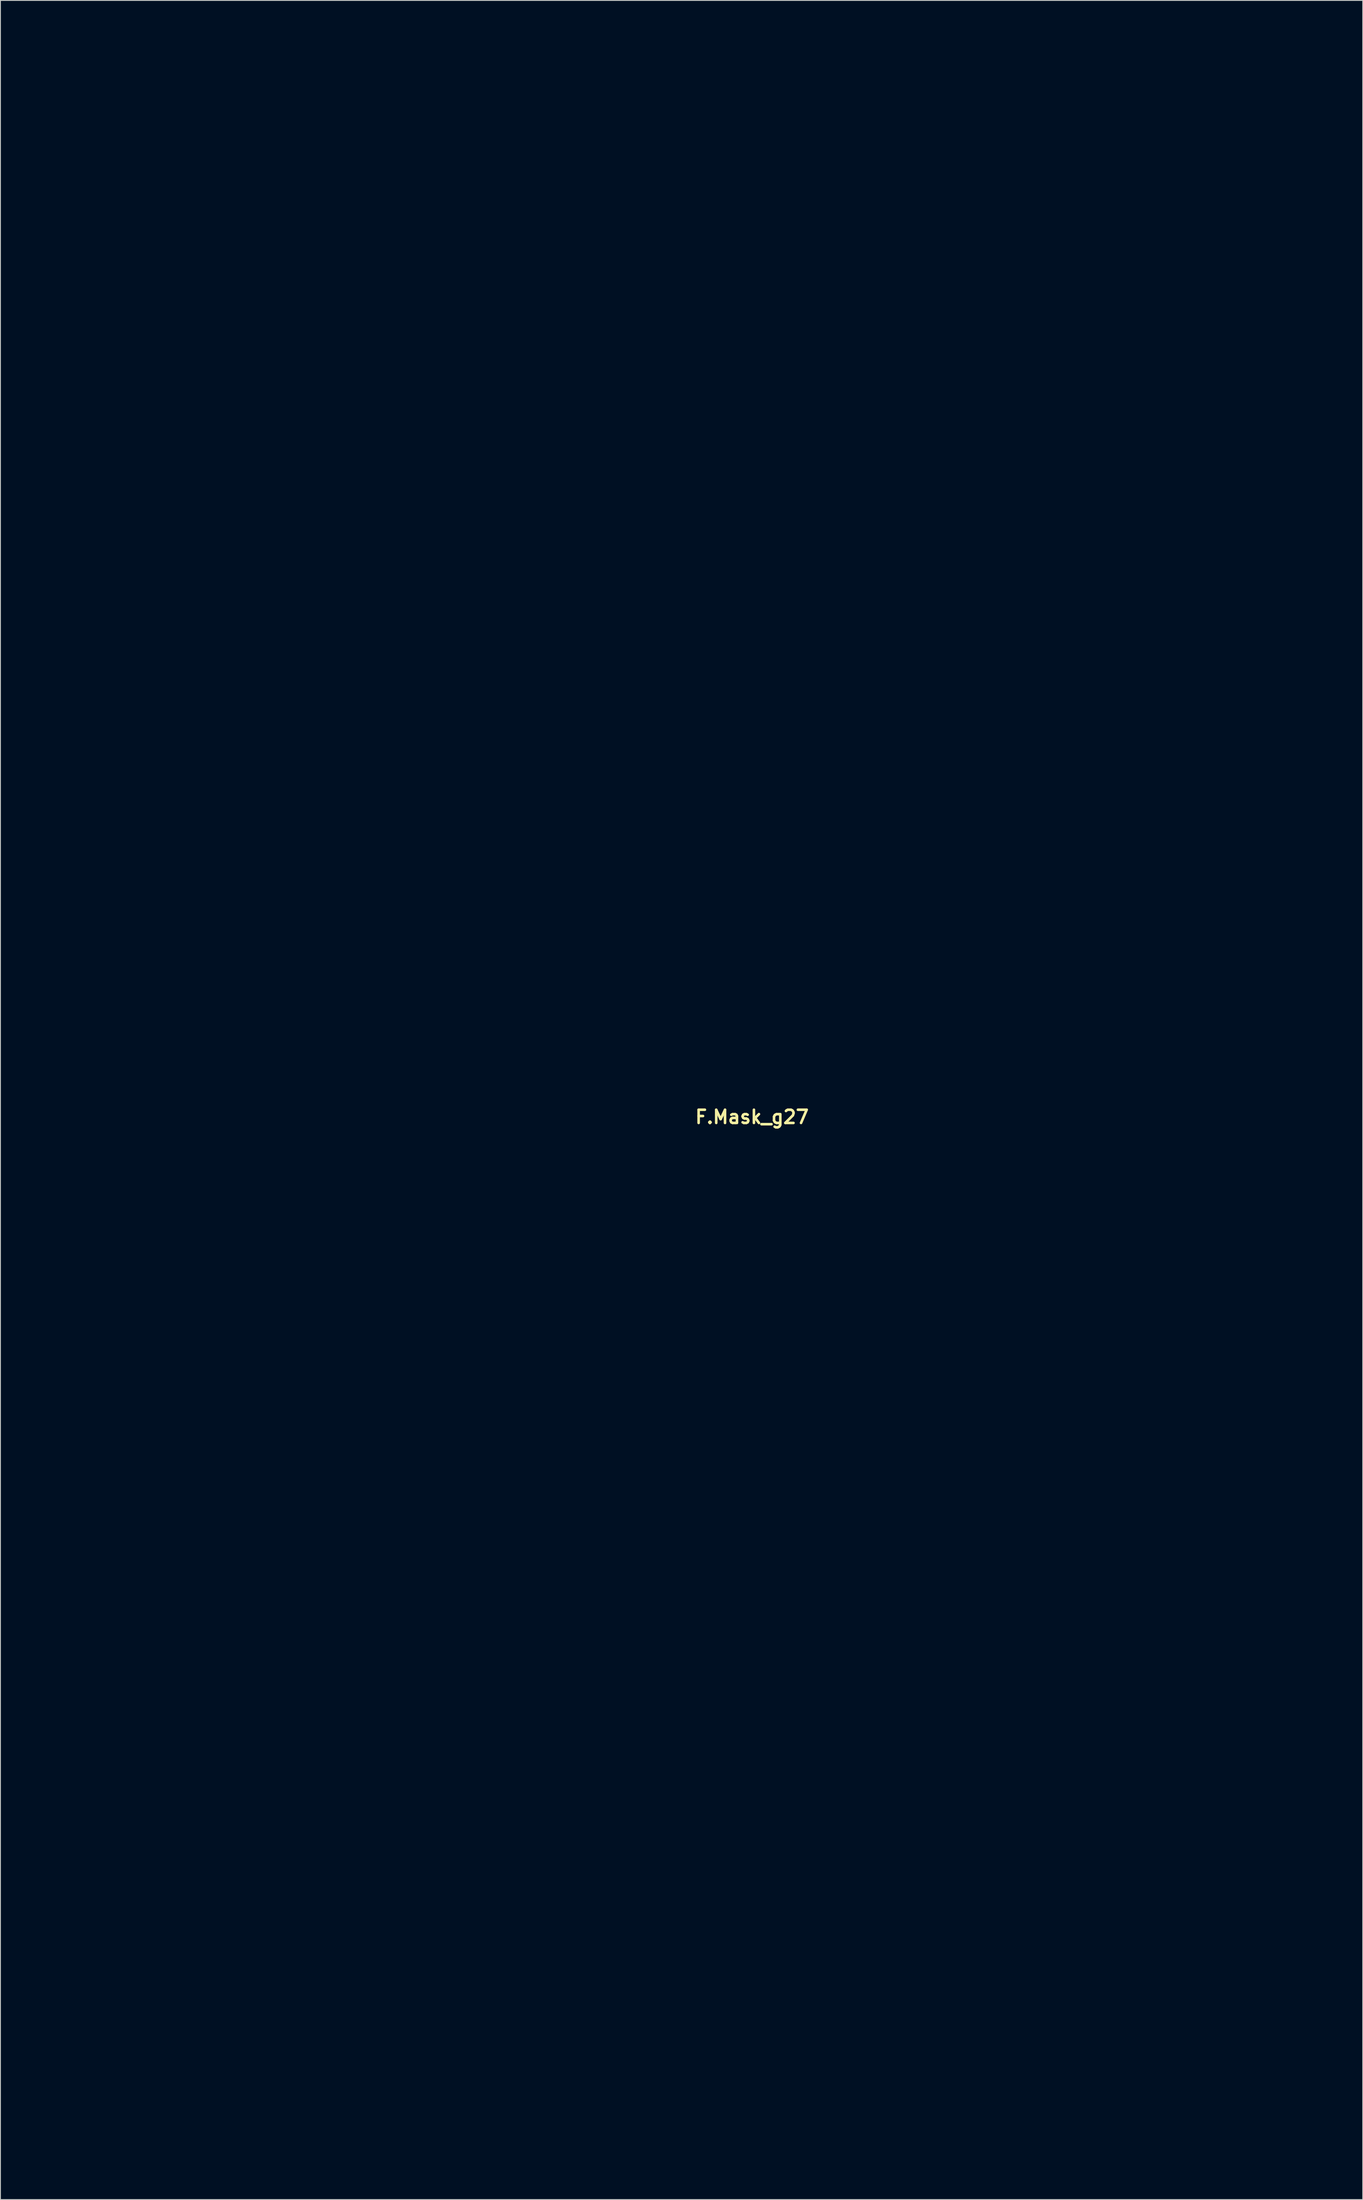
<source format=kicad_pcb>
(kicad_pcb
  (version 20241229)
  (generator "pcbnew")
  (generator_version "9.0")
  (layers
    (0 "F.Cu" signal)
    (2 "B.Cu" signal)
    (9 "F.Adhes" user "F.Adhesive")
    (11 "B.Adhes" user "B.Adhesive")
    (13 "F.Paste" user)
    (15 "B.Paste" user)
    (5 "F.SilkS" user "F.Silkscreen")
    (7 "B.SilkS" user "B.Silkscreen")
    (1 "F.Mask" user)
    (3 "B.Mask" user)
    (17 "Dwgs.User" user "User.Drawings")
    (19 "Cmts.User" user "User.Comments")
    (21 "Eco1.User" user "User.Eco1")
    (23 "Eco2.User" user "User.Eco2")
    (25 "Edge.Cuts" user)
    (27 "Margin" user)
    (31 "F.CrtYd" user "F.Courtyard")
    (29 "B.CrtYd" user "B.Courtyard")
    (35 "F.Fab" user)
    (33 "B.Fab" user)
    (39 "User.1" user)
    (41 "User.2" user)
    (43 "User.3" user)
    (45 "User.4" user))
  (footprint "F.Mask_g27"
    (layer "F.Cu")
    (at 83.825 125.926)
    (property "Reference" "F.Mask_g27" (at 0 0 0) (layer "F.SilkS") (effects (font (size 1.524 1.524) (thickness 0.3))))
    (attr through_hole)
    (fp_poly (pts (xy 59.267 122.005) (xy -83.82 122.005) (xy -83.82 113.432) (xy 59.267 113.432) (xy 59.267 122.005)) (stroke (width 0.01) (type solid)) (fill yes) (layer "F.Mask"))
    (fp_poly (pts (xy -11.763 -55.282) (xy 6.996 -55.277) (xy 7.193 -55.177) (xy 7.477 -55.011) (xy 7.734 -54.814) (xy 7.962 -54.588) (xy 8.159 -54.338) (xy 8.324 -54.066) (xy 8.456 -53.774) (xy 8.552 -53.465) (xy 8.611 -53.143) (xy 8.632 -52.811) (xy 8.628 -52.673) (xy 8.592 -52.321) (xy 8.517 -51.978) (xy 8.403 -51.643) (xy 8.248 -51.313) (xy 8.051 -50.985) (xy 8.051 -50.984) (xy 7.944 -50.838) (xy 7.812 -50.681) (xy 7.663 -50.523) (xy 7.507 -50.371) (xy 7.353 -50.236) (xy 7.209 -50.127) (xy 7.18 -50.108) (xy 6.984 -49.979) (xy 7.144 -49.892) (xy 7.434 -49.713) (xy 7.697 -49.503) (xy 7.931 -49.265) (xy 8.135 -49.004) (xy 8.306 -48.721) (xy 8.444 -48.421) (xy 8.545 -48.106) (xy 8.608 -47.779) (xy 8.632 -47.444) (xy 8.63 -47.297) (xy 8.593 -46.923) (xy 8.517 -46.563) (xy 8.402 -46.217) (xy 8.251 -45.889) (xy 8.064 -45.579) (xy 7.842 -45.291) (xy 7.588 -45.025) (xy 7.301 -44.784) (xy 6.984 -44.57) (xy 6.771 -44.451) (xy 6.524 -44.323) (xy -5.588 -44.323) (xy -5.588 -44.435) (xy -5.592 -44.523) (xy -5.603 -44.641) (xy -5.619 -44.778) (xy -5.639 -44.923) (xy -5.662 -45.064) (xy -5.684 -45.181) (xy -5.805 -45.672) (xy -5.966 -46.15) (xy -6.166 -46.612) (xy -6.405 -47.058) (xy -6.681 -47.488) (xy -6.996 -47.899) (xy -7.347 -48.291) (xy -7.507 -48.451) (xy -7.886 -48.79) (xy -8.29 -49.096) (xy -8.718 -49.367) (xy -9.167 -49.604) (xy -9.635 -49.805) (xy -10.12 -49.969) (xy -10.621 -50.095) (xy -11.134 -50.182) (xy -11.374 -50.209) (xy -11.522 -50.219) (xy -11.698 -50.224) (xy -11.894 -50.225) (xy -12.098 -50.221) (xy -12.3 -50.215) (xy -12.489 -50.204) (xy -12.655 -50.19) (xy -12.764 -50.177) (xy -13.294 -50.078) (xy -13.804 -49.944) (xy -14.293 -49.772) (xy -14.762 -49.563) (xy -15.211 -49.318) (xy -15.642 -49.034) (xy -16.013 -48.748) (xy -16.261 -48.527) (xy -16.498 -48.285) (xy -16.705 -48.046) (xy -17.025 -47.63) (xy -17.311 -47.203) (xy -17.562 -46.767) (xy -17.777 -46.325) (xy -17.955 -45.879) (xy -18.094 -45.432) (xy -18.194 -44.987) (xy -18.254 -44.545) (xy -18.257 -44.508) (xy -18.272 -44.323) (xy -24.191 -44.323) (xy -30.11 -44.324) (xy -30.321 -44.435) (xy -30.656 -44.634) (xy -30.959 -44.859) (xy -31.228 -45.11) (xy -31.464 -45.386) (xy -31.665 -45.686) (xy -31.832 -46.009) (xy -31.963 -46.355) (xy -32.038 -46.63) (xy -32.101 -46.995) (xy -32.125 -47.352) (xy -32.109 -47.699) (xy -32.055 -48.034) (xy -31.963 -48.355) (xy -31.834 -48.66) (xy -31.669 -48.947) (xy -31.469 -49.214) (xy -31.234 -49.459) (xy -30.966 -49.68) (xy -30.665 -49.876) (xy -30.657 -49.88) (xy -30.587 -49.923) (xy -30.534 -49.959) (xy -30.507 -49.983) (xy -30.505 -49.987) (xy -30.525 -50.006) (xy -30.572 -50.041) (xy -30.639 -50.089) (xy -30.697 -50.129) (xy -30.966 -50.333) (xy -31.214 -50.571) (xy -31.438 -50.84) (xy -31.637 -51.134) (xy -31.807 -51.45) (xy -31.945 -51.783) (xy -32.049 -52.13) (xy -32.071 -52.226) (xy -32.096 -52.38) (xy -32.113 -52.56) (xy -32.12 -52.753) (xy -32.119 -52.946) (xy -32.108 -53.126) (xy -32.089 -53.282) (xy -32.082 -53.319) (xy -31.99 -53.656) (xy -31.864 -53.974) (xy -31.704 -54.269) (xy -31.513 -54.539) (xy -31.292 -54.779) (xy -31.149 -54.906) (xy -30.99 -55.027) (xy -30.829 -55.134) (xy -30.677 -55.217) (xy -30.639 -55.235) (xy -30.521 -55.287) (xy -11.763 -55.282)) (stroke (width 0.01) (type solid)) (fill yes) (layer "F.Mask"))
    (fp_poly (pts (xy -23.148 -89.723) (xy -22.603 -89.646) (xy -22.067 -89.529) (xy -21.539 -89.371) (xy -21.023 -89.173) (xy -20.616 -88.984) (xy -20.189 -88.753) (xy -19.789 -88.501) (xy -19.409 -88.222) (xy -19.043 -87.913) (xy -18.682 -87.567) (xy -18.648 -87.532) (xy -18.274 -87.118) (xy -17.937 -86.682) (xy -17.636 -86.225) (xy -17.371 -85.746) (xy -17.143 -85.248) (xy -16.953 -84.731) (xy -16.8 -84.195) (xy -16.686 -83.642) (xy -16.647 -83.386) (xy -16.631 -83.242) (xy -16.618 -83.066) (xy -16.608 -82.867) (xy -16.602 -82.655) (xy -16.598 -82.44) (xy -16.599 -82.232) (xy -16.603 -82.039) (xy -16.611 -81.873) (xy -16.614 -81.825) (xy -16.681 -81.283) (xy -16.788 -80.751) (xy -16.934 -80.23) (xy -17.118 -79.723) (xy -17.338 -79.232) (xy -17.593 -78.758) (xy -17.882 -78.303) (xy -18.204 -77.87) (xy -18.557 -77.46) (xy -18.94 -77.076) (xy -19.351 -76.719) (xy -19.79 -76.392) (xy -20.255 -76.096) (xy -20.436 -75.993) (xy -20.922 -75.751) (xy -21.426 -75.546) (xy -21.944 -75.38) (xy -22.476 -75.252) (xy -23.016 -75.164) (xy -23.564 -75.115) (xy -24.116 -75.108) (xy -24.299 -75.114) (xy -24.373 -75.119) (xy -24.476 -75.128) (xy -24.595 -75.139) (xy -24.718 -75.152) (xy -24.733 -75.154) (xy -25.272 -75.234) (xy -25.799 -75.355) (xy -26.312 -75.513) (xy -26.809 -75.708) (xy -27.289 -75.938) (xy -27.75 -76.201) (xy -28.19 -76.497) (xy -28.607 -76.823) (xy -29.001 -77.178) (xy -29.369 -77.561) (xy -29.709 -77.969) (xy -30.02 -78.403) (xy -30.3 -78.859) (xy -30.548 -79.338) (xy -30.761 -79.836) (xy -30.938 -80.353) (xy -31.028 -80.679) (xy -31.089 -80.945) (xy -31.145 -81.241) (xy -31.195 -81.557) (xy -31.204 -81.619) (xy -31.214 -81.728) (xy -31.223 -81.872) (xy -31.228 -82.042) (xy -31.231 -82.231) (xy -31.232 -82.429) (xy -31.231 -82.543) (xy -26.282 -82.543) (xy -26.264 -82.222) (xy -26.21 -81.904) (xy -26.118 -81.595) (xy -25.988 -81.296) (xy -25.878 -81.102) (xy -25.704 -80.847) (xy -25.509 -80.607) (xy -25.3 -80.389) (xy -25.084 -80.198) (xy -24.866 -80.042) (xy -24.821 -80.014) (xy -24.593 -79.896) (xy -24.338 -79.794) (xy -24.069 -79.713) (xy -23.815 -79.662) (xy -23.691 -79.647) (xy -23.538 -79.638) (xy -23.371 -79.632) (xy -23.202 -79.632) (xy -23.044 -79.637) (xy -22.91 -79.647) (xy -22.87 -79.652) (xy -22.549 -79.714) (xy -22.255 -79.808) (xy -21.981 -79.936) (xy -21.726 -80.1) (xy -21.483 -80.302) (xy -21.459 -80.325) (xy -21.2 -80.59) (xy -20.982 -80.853) (xy -20.801 -81.117) (xy -20.656 -81.387) (xy -20.544 -81.666) (xy -20.464 -81.958) (xy -20.436 -82.104) (xy -20.418 -82.252) (xy -20.41 -82.427) (xy -20.41 -82.615) (xy -20.418 -82.802) (xy -20.434 -82.975) (xy -20.457 -83.119) (xy -20.458 -83.121) (xy -20.553 -83.466) (xy -20.682 -83.787) (xy -20.847 -84.085) (xy -21.048 -84.361) (xy -21.24 -84.572) (xy -21.503 -84.808) (xy -21.784 -85.005) (xy -22.083 -85.163) (xy -22.399 -85.283) (xy -22.733 -85.364) (xy -23.084 -85.407) (xy -23.315 -85.415) (xy -23.692 -85.396) (xy -24.048 -85.341) (xy -24.381 -85.251) (xy -24.692 -85.125) (xy -24.981 -84.963) (xy -25.246 -84.765) (xy -25.4 -84.624) (xy -25.63 -84.369) (xy -25.826 -84.094) (xy -25.988 -83.803) (xy -26.115 -83.499) (xy -26.206 -83.186) (xy -26.262 -82.866) (xy -26.282 -82.543) (xy -31.231 -82.543) (xy -31.23 -82.631) (xy -31.225 -82.826) (xy -31.218 -83.009) (xy -31.209 -83.169) (xy -31.198 -83.301) (xy -31.193 -83.341) (xy -31.096 -83.91) (xy -30.962 -84.459) (xy -30.791 -84.988) (xy -30.582 -85.497) (xy -30.337 -85.986) (xy -30.054 -86.454) (xy -29.734 -86.903) (xy -29.377 -87.33) (xy -29.179 -87.542) (xy -28.79 -87.916) (xy -28.383 -88.254) (xy -27.954 -88.558) (xy -27.498 -88.832) (xy -27.167 -89.005) (xy -26.742 -89.2) (xy -26.325 -89.362) (xy -25.905 -89.493) (xy -25.473 -89.598) (xy -25.372 -89.618) (xy -24.812 -89.706) (xy -24.254 -89.753) (xy -23.699 -89.759) (xy -23.148 -89.723)) (stroke (width 0.01) (type solid)) (fill yes) (layer "F.Mask"))
    (fp_poly (pts (xy 67.537 -9.848) (xy 67.536 -8.725) (xy 67.536 -7.643) (xy 67.536 -6.603) (xy 67.535 -5.602) (xy 67.535 -4.64) (xy 67.535 -3.717) (xy 67.534 -2.832) (xy 67.534 -1.983) (xy 67.534 -1.17) (xy 67.533 -0.392) (xy 67.533 0.351) (xy 67.533 1.061) (xy 67.532 1.738) (xy 67.532 2.383) (xy 67.531 2.997) (xy 67.531 3.581) (xy 67.53 4.134) (xy 67.53 4.659) (xy 67.53 5.156) (xy 67.529 5.626) (xy 67.528 6.07) (xy 67.528 6.487) (xy 67.527 6.88) (xy 67.527 7.249) (xy 67.526 7.595) (xy 67.525 7.918) (xy 67.525 8.22) (xy 67.524 8.5) (xy 67.523 8.761) (xy 67.522 9.002) (xy 67.521 9.225) (xy 67.52 9.431) (xy 67.519 9.619) (xy 67.518 9.791) (xy 67.517 9.948) (xy 67.516 10.091) (xy 67.515 10.22) (xy 67.514 10.336) (xy 67.513 10.44) (xy 67.511 10.532) (xy 67.51 10.614) (xy 67.508 10.687) (xy 67.507 10.75) (xy 67.505 10.806) (xy 67.504 10.854) (xy 67.502 10.895) (xy 67.5 10.931) (xy 67.498 10.962) (xy 67.497 10.988) (xy 67.495 11.012) (xy 67.494 11.017) (xy 67.405 11.812) (xy 67.291 12.576) (xy 67.151 13.314) (xy 66.983 14.03) (xy 66.788 14.728) (xy 66.562 15.414) (xy 66.306 16.092) (xy 66.018 16.766) (xy 65.785 17.261) (xy 65.498 17.82) (xy 65.185 18.375) (xy 64.85 18.923) (xy 64.495 19.458) (xy 64.124 19.976) (xy 63.741 20.471) (xy 63.35 20.939) (xy 62.953 21.375) (xy 62.554 21.774) (xy 62.5 21.825) (xy 61.86 22.398) (xy 61.202 22.934) (xy 60.524 23.433) (xy 59.829 23.895) (xy 59.117 24.319) (xy 58.389 24.705) (xy 57.646 25.053) (xy 56.889 25.361) (xy 56.119 25.63) (xy 55.336 25.859) (xy 54.541 26.048) (xy 53.883 26.172) (xy 53.433 26.243) (xy 53.012 26.298) (xy 52.61 26.339) (xy 52.216 26.368) (xy 51.82 26.384) (xy 51.752 26.386) (xy 51.612 26.389) (xy 51.481 26.392) (xy 51.367 26.396) (xy 51.278 26.398) (xy 51.222 26.4) (xy 51.213 26.401) (xy 51.168 26.402) (xy 51.088 26.401) (xy 50.98 26.4) (xy 50.85 26.398) (xy 50.707 26.395) (xy 50.609 26.392) (xy 49.779 26.349) (xy 48.953 26.265) (xy 48.132 26.14) (xy 47.319 25.974) (xy 46.515 25.769) (xy 45.722 25.524) (xy 44.943 25.241) (xy 44.178 24.92) (xy 43.431 24.562) (xy 42.702 24.167) (xy 41.995 23.736) (xy 41.739 23.567) (xy 41.048 23.078) (xy 40.386 22.559) (xy 39.753 22.009) (xy 39.15 21.432) (xy 38.579 20.826) (xy 38.039 20.194) (xy 37.531 19.537) (xy 37.058 18.855) (xy 36.618 18.151) (xy 36.213 17.424) (xy 35.844 16.676) (xy 35.511 15.908) (xy 35.216 15.121) (xy 35.008 14.48) (xy 34.826 13.835) (xy 34.67 13.175) (xy 34.538 12.496) (xy 34.428 11.791) (xy 34.34 11.054) (xy 34.339 11.038) (xy 34.337 11.017) (xy 34.335 10.993) (xy 34.333 10.965) (xy 34.331 10.933) (xy 34.33 10.895) (xy 34.328 10.851) (xy 34.326 10.801) (xy 34.325 10.742) (xy 34.323 10.675) (xy 34.322 10.599) (xy 34.32 10.513) (xy 34.319 10.416) (xy 34.318 10.307) (xy 34.317 10.186) (xy 34.316 10.052) (xy 34.315 9.903) (xy 34.314 9.74) (xy 34.313 9.561) (xy 34.312 9.366) (xy 34.311 9.153) (xy 34.31 8.923) (xy 34.309 8.673) (xy 34.308 8.404) (xy 34.308 8.115) (xy 34.307 7.804) (xy 34.306 7.472) (xy 34.305 7.116) (xy 34.305 6.737) (xy 34.304 6.334) (xy 34.304 5.905) (xy 34.303 5.451) (xy 34.303 4.97) (xy 34.302 4.461) (xy 34.302 3.923) (xy 34.301 3.357) (xy 34.301 2.761) (xy 34.301 2.134) (xy 34.3 1.475) (xy 34.3 0.784) (xy 34.299 0.06) (xy 34.299 -0.698) (xy 34.299 -1.491) (xy 34.298 -2.319) (xy 34.298 -3.183) (xy 34.298 -4.085) (xy 34.297 -5.025) (xy 34.297 -6.003) (xy 34.297 -7.021) (xy 34.296 -8.079) (xy 34.296 -9.178) (xy 34.296 -9.827) (xy 34.29 -30.332) (xy 67.543 -30.332) (xy 67.537 -9.848)) (stroke (width 0.01) (type solid)) (fill yes) (layer "F.Mask"))
    (fp_poly (pts (xy 0.309 -89.746) (xy 0.85 -89.69) (xy 1.383 -89.594) (xy 1.906 -89.459) (xy 2.417 -89.287) (xy 2.914 -89.077) (xy 3.395 -88.831) (xy 3.858 -88.549) (xy 4.3 -88.231) (xy 4.72 -87.88) (xy 5.069 -87.542) (xy 5.446 -87.125) (xy 5.785 -86.687) (xy 6.087 -86.228) (xy 6.352 -85.75) (xy 6.579 -85.252) (xy 6.77 -84.734) (xy 6.922 -84.196) (xy 7.038 -83.638) (xy 7.084 -83.333) (xy 7.097 -83.209) (xy 7.107 -83.053) (xy 7.115 -82.873) (xy 7.12 -82.678) (xy 7.123 -82.476) (xy 7.123 -82.274) (xy 7.121 -82.082) (xy 7.115 -81.907) (xy 7.107 -81.757) (xy 7.096 -81.642) (xy 7.095 -81.64) (xy 7.024 -81.179) (xy 6.935 -80.75) (xy 6.826 -80.343) (xy 6.694 -79.949) (xy 6.537 -79.561) (xy 6.352 -79.17) (xy 6.348 -79.162) (xy 6.078 -78.673) (xy 5.774 -78.208) (xy 5.439 -77.771) (xy 5.074 -77.361) (xy 4.68 -76.98) (xy 4.259 -76.631) (xy 3.814 -76.313) (xy 3.345 -76.029) (xy 2.854 -75.779) (xy 2.343 -75.565) (xy 1.813 -75.389) (xy 1.789 -75.382) (xy 1.539 -75.317) (xy 1.265 -75.256) (xy 0.984 -75.204) (xy 0.715 -75.163) (xy 0.635 -75.153) (xy 0.463 -75.137) (xy 0.265 -75.125) (xy 0.054 -75.116) (xy -0.161 -75.11) (xy -0.366 -75.11) (xy -0.552 -75.113) (xy -0.699 -75.121) (xy -1.259 -75.185) (xy -1.807 -75.289) (xy -2.342 -75.433) (xy -2.862 -75.615) (xy -3.366 -75.837) (xy -3.852 -76.096) (xy -4.264 -76.356) (xy -4.716 -76.686) (xy -5.139 -77.047) (xy -5.53 -77.434) (xy -5.89 -77.848) (xy -6.217 -78.285) (xy -6.511 -78.744) (xy -6.769 -79.224) (xy -6.991 -79.722) (xy -7.176 -80.237) (xy -7.323 -80.766) (xy -7.431 -81.309) (xy -7.483 -81.698) (xy -7.497 -81.874) (xy -7.507 -82.08) (xy -7.512 -82.305) (xy -7.512 -82.538) (xy -7.511 -82.605) (xy -3.616 -82.605) (xy -3.609 -82.305) (xy -3.578 -82.009) (xy -3.524 -81.73) (xy -3.502 -81.645) (xy -3.448 -81.487) (xy -3.373 -81.311) (xy -3.283 -81.13) (xy -3.187 -80.959) (xy -3.09 -80.809) (xy -3.062 -80.772) (xy -2.971 -80.661) (xy -2.861 -80.538) (xy -2.739 -80.413) (xy -2.614 -80.292) (xy -2.493 -80.183) (xy -2.384 -80.095) (xy -2.316 -80.046) (xy -2.038 -79.89) (xy -1.746 -79.77) (xy -1.448 -79.689) (xy -1.355 -79.672) (xy -1.274 -79.659) (xy -1.207 -79.648) (xy -1.167 -79.641) (xy -1.164 -79.64) (xy -1.106 -79.634) (xy -1.014 -79.631) (xy -0.899 -79.63) (xy -0.77 -79.632) (xy -0.636 -79.636) (xy -0.507 -79.642) (xy -0.392 -79.65) (xy -0.3 -79.659) (xy -0.282 -79.662) (xy -0.007 -79.714) (xy 0.243 -79.787) (xy 0.481 -79.884) (xy 0.523 -79.905) (xy 0.724 -80.015) (xy 0.911 -80.144) (xy 1.094 -80.297) (xy 1.282 -80.484) (xy 1.295 -80.498) (xy 1.524 -80.761) (xy 1.715 -81.021) (xy 1.87 -81.283) (xy 1.993 -81.554) (xy 2.086 -81.837) (xy 2.13 -82.021) (xy 2.152 -82.159) (xy 2.165 -82.325) (xy 2.17 -82.507) (xy 2.166 -82.69) (xy 2.155 -82.861) (xy 2.135 -83.007) (xy 2.13 -83.037) (xy 2.036 -83.391) (xy 1.91 -83.723) (xy 1.754 -84.031) (xy 1.569 -84.313) (xy 1.357 -84.566) (xy 1.119 -84.789) (xy 0.858 -84.979) (xy 0.624 -85.111) (xy 0.417 -85.205) (xy 0.213 -85.279) (xy 0.004 -85.335) (xy -0.224 -85.376) (xy -0.48 -85.406) (xy -0.513 -85.409) (xy -0.87 -85.42) (xy -1.214 -85.392) (xy -1.545 -85.326) (xy -1.86 -85.223) (xy -2.156 -85.086) (xy -2.431 -84.916) (xy -2.684 -84.715) (xy -2.911 -84.484) (xy -3.111 -84.224) (xy -3.282 -83.938) (xy -3.422 -83.628) (xy -3.528 -83.293) (xy -3.557 -83.168) (xy -3.599 -82.897) (xy -3.616 -82.605) (xy -7.511 -82.605) (xy -7.508 -82.766) (xy -7.499 -82.977) (xy -7.486 -83.162) (xy -7.482 -83.196) (xy -7.402 -83.755) (xy -7.283 -84.299) (xy -7.125 -84.828) (xy -6.929 -85.339) (xy -6.695 -85.832) (xy -6.424 -86.307) (xy -6.116 -86.76) (xy -5.771 -87.193) (xy -5.451 -87.543) (xy -5.041 -87.933) (xy -4.611 -88.287) (xy -4.16 -88.604) (xy -3.69 -88.884) (xy -3.2 -89.126) (xy -2.692 -89.33) (xy -2.167 -89.496) (xy -1.624 -89.623) (xy -1.339 -89.673) (xy -0.787 -89.739) (xy -0.237 -89.763) (xy 0.309 -89.746)) (stroke (width 0.01) (type solid)) (fill yes) (layer "F.Mask"))
    (fp_poly (pts (xy 9.325 -124.838) (xy 9.474 -124.651) (xy 9.616 -124.474) (xy 9.748 -124.309) (xy 9.867 -124.159) (xy 9.973 -124.027) (xy 10.061 -123.915) (xy 10.131 -123.827) (xy 10.179 -123.765) (xy 10.205 -123.733) (xy 10.208 -123.729) (xy 10.207 -123.714) (xy 10.201 -123.677) (xy 10.189 -123.616) (xy 10.172 -123.53) (xy 10.15 -123.419) (xy 10.121 -123.281) (xy 10.087 -123.116) (xy 10.046 -122.924) (xy 9.999 -122.703) (xy 9.945 -122.452) (xy 9.885 -122.171) (xy 9.817 -121.859) (xy 9.743 -121.515) (xy 9.661 -121.139) (xy 9.572 -120.729) (xy 9.475 -120.285) (xy 9.371 -119.807) (xy 9.258 -119.292) (xy 9.138 -118.741) (xy 9.009 -118.152) (xy 8.871 -117.525) (xy 8.726 -116.86) (xy 8.571 -116.154) (xy 8.407 -115.408) (xy 8.403 -115.39) (xy 8.186 -114.402) (xy 7.974 -113.437) (xy 7.768 -112.498) (xy 7.566 -111.584) (xy 7.371 -110.696) (xy 7.181 -109.835) (xy 6.996 -109.002) (xy 6.818 -108.197) (xy 6.646 -107.42) (xy 6.48 -106.672) (xy 6.32 -105.955) (xy 6.167 -105.268) (xy 6.021 -104.613) (xy 5.882 -103.989) (xy 5.749 -103.398) (xy 5.624 -102.84) (xy 5.506 -102.316) (xy 5.395 -101.827) (xy 5.292 -101.372) (xy 5.196 -100.953) (xy 5.108 -100.571) (xy 5.029 -100.226) (xy 4.957 -99.918) (xy 4.894 -99.648) (xy 4.839 -99.418) (xy 4.792 -99.227) (xy 4.754 -99.076) (xy 4.73 -98.983) (xy 4.707 -98.898) (xy 4.69 -98.829) (xy 4.679 -98.786) (xy 4.678 -98.777) (xy 4.699 -98.776) (xy 4.761 -98.775) (xy 4.864 -98.775) (xy 5.006 -98.774) (xy 5.187 -98.774) (xy 5.405 -98.773) (xy 5.66 -98.773) (xy 5.951 -98.772) (xy 6.276 -98.771) (xy 6.635 -98.771) (xy 7.027 -98.77) (xy 7.451 -98.77) (xy 7.905 -98.769) (xy 8.389 -98.769) (xy 8.903 -98.768) (xy 9.444 -98.768) (xy 10.012 -98.768) (xy 10.607 -98.767) (xy 11.226 -98.767) (xy 11.87 -98.766) (xy 12.537 -98.766) (xy 13.226 -98.766) (xy 13.937 -98.765) (xy 14.668 -98.765) (xy 15.418 -98.765) (xy 16.187 -98.765) (xy 16.973 -98.764) (xy 17.775 -98.764) (xy 18.594 -98.764) (xy 19.427 -98.764) (xy 20.273 -98.764) (xy 21.132 -98.764) (xy 22.003 -98.764) (xy 22.885 -98.764) (xy 23.283 -98.764) (xy 41.889 -98.764) (xy 41.889 -93.62) (xy -64.855 -93.62) (xy -64.855 -98.764) (xy -46.514 -98.764) (xy -45.329 -98.764) (xy -44.186 -98.764) (xy -43.084 -98.764) (xy -42.025 -98.764) (xy -41.006 -98.764) (xy -40.029 -98.764) (xy -39.092 -98.765) (xy -38.196 -98.765) (xy -37.34 -98.765) (xy -36.525 -98.766) (xy -35.749 -98.766) (xy -35.012 -98.767) (xy -34.315 -98.767) (xy -33.656 -98.768) (xy -33.037 -98.768) (xy -32.456 -98.769) (xy -31.913 -98.77) (xy -31.408 -98.771) (xy -30.94 -98.771) (xy -30.51 -98.772) (xy -30.118 -98.773) (xy -29.762 -98.774) (xy -29.443 -98.775) (xy -29.16 -98.776) (xy -28.913 -98.777) (xy -28.702 -98.778) (xy -28.527 -98.78) (xy -28.387 -98.781) (xy -28.283 -98.782) (xy -28.213 -98.784) (xy -28.178 -98.785) (xy -28.173 -98.786) (xy -28.177 -98.814) (xy -28.191 -98.883) (xy -28.214 -98.99) (xy -28.245 -99.134) (xy -28.284 -99.314) (xy -28.33 -99.528) (xy -28.385 -99.775) (xy -28.446 -100.053) (xy -28.515 -100.361) (xy -28.59 -100.698) (xy -28.671 -101.062) (xy -28.758 -101.452) (xy -28.85 -101.867) (xy -28.948 -102.304) (xy -29.051 -102.763) (xy -29.159 -103.242) (xy -29.27 -103.74) (xy -29.386 -104.256) (xy -29.506 -104.787) (xy -29.628 -105.333) (xy -29.754 -105.892) (xy -29.883 -106.463) (xy -30.014 -107.044) (xy -30.147 -107.634) (xy -30.282 -108.232) (xy -30.418 -108.836) (xy -30.556 -109.444) (xy -30.694 -110.056) (xy -30.833 -110.67) (xy -30.972 -111.284) (xy -31.111 -111.898) (xy -31.249 -112.509) (xy -31.387 -113.117) (xy -31.523 -113.719) (xy -31.658 -114.315) (xy -31.792 -114.903) (xy -31.923 -115.481) (xy -32.052 -116.049) (xy -32.179 -116.605) (xy -32.302 -117.147) (xy -32.422 -117.674) (xy -32.539 -118.185) (xy -32.652 -118.678) (xy -32.76 -119.152) (xy -32.864 -119.606) (xy -32.962 -120.037) (xy -33.056 -120.445) (xy -33.144 -120.829) (xy -33.227 -121.186) (xy -33.303 -121.515) (xy -33.372 -121.816) (xy -33.409 -121.975) (xy -33.471 -122.242) (xy -33.523 -122.473) (xy -33.567 -122.674) (xy -33.603 -122.85) (xy -33.633 -123.006) (xy -33.657 -123.148) (xy -33.677 -123.28) (xy -33.694 -123.409) (xy -33.708 -123.539) (xy -33.709 -123.555) (xy -33.719 -123.632) (xy -33.73 -123.676) (xy -33.746 -123.695) (xy -33.763 -123.698) (xy -33.796 -123.702) (xy -33.803 -123.706) (xy -33.792 -123.725) (xy -33.758 -123.775) (xy -33.705 -123.855) (xy -33.634 -123.96) (xy -33.547 -124.089) (xy -33.447 -124.237) (xy -33.335 -124.403) (xy -33.213 -124.583) (xy -33.083 -124.774) (xy -33.057 -124.812) (xy -32.311 -125.91) (xy -11.926 -125.915) (xy 8.458 -125.921) (xy 9.325 -124.838)) (stroke (width 0.01) (type solid)) (fill yes) (layer "F.Mask")))
  (gr_rect
    (start -3 -3)
    (end 154.373 250.935)
    (stroke (width 0.1) (type default))
    (fill no)
    (layer "Edge.Cuts")))
</source>
